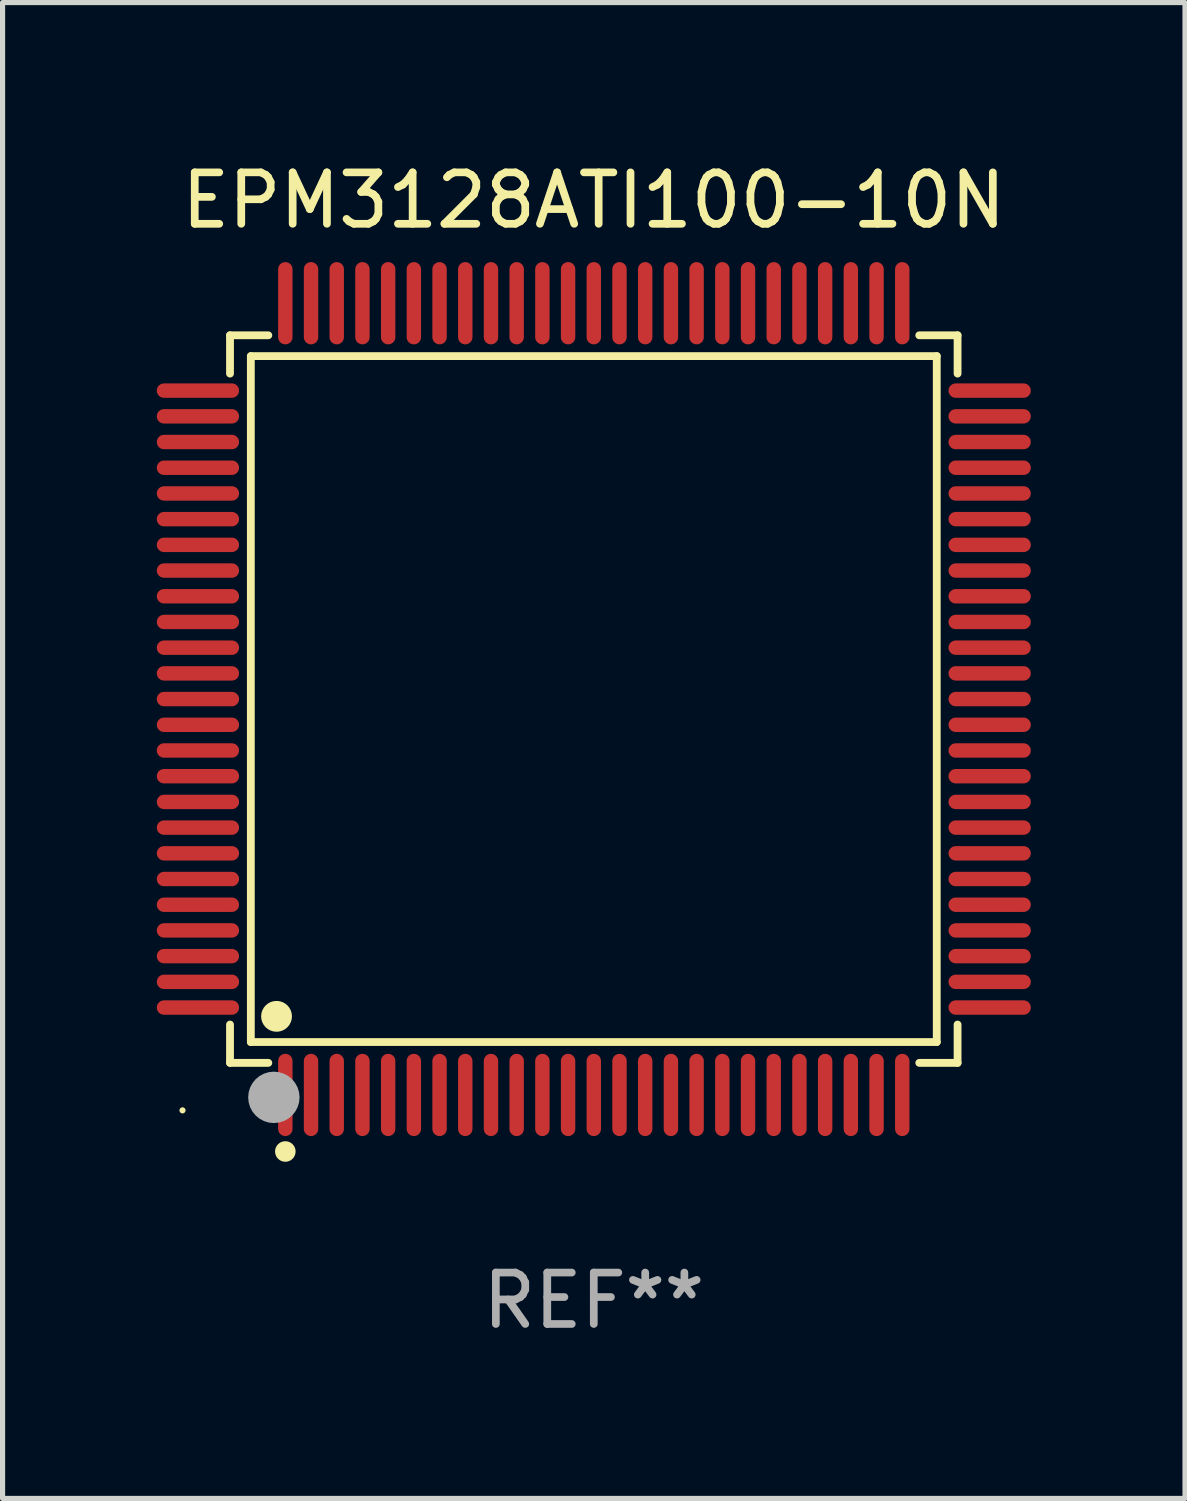
<source format=kicad_pcb>
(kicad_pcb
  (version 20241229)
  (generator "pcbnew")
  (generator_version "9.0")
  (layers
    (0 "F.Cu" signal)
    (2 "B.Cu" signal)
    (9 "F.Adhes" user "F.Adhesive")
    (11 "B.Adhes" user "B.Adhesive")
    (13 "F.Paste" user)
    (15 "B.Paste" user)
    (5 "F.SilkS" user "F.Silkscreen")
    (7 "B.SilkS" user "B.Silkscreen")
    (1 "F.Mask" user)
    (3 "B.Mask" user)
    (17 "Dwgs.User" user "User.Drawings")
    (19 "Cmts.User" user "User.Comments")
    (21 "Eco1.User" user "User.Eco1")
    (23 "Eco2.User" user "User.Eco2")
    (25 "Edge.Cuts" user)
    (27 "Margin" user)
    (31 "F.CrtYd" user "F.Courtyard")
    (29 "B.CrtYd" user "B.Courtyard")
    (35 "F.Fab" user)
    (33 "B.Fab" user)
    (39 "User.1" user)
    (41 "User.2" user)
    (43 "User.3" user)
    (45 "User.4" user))
  (footprint "EPM3128ATI100-10N"
    (layer "F.Cu")
    (at 8.5 10.548)
    (property "Reference" "EPM3128ATI100-10N" (at 0 -9.7 0) (layer "F.SilkS") (effects (font (size 1 1) (thickness 0.15))))
    (attr through_hole)
    (fp_line (start -7.076 -7.076) (end -6.331 -7.076) (stroke (width 0.152) (type solid)) (layer "F.SilkS"))
    (fp_line (start -7.076 -6.331) (end -7.076 -7.076) (stroke (width 0.152) (type solid)) (layer "F.SilkS"))
    (fp_line (start -7.076 6.331) (end -7.076 7.076) (stroke (width 0.152) (type solid)) (layer "F.SilkS"))
    (fp_line (start -7.076 7.076) (end -6.331 7.076) (stroke (width 0.152) (type solid)) (layer "F.SilkS"))
    (fp_line (start -6.671 -6.671) (end 6.671 -6.671) (stroke (width 0.152) (type solid)) (layer "F.SilkS"))
    (fp_line (start -6.671 6.671) (end -6.671 -6.671) (stroke (width 0.152) (type solid)) (layer "F.SilkS"))
    (fp_line (start 6.671 -6.671) (end 6.671 6.671) (stroke (width 0.152) (type solid)) (layer "F.SilkS"))
    (fp_line (start 6.671 6.671) (end -6.671 6.671) (stroke (width 0.152) (type solid)) (layer "F.SilkS"))
    (fp_line (start 7.076 -7.076) (end 6.331 -7.076) (stroke (width 0.152) (type solid)) (layer "F.SilkS"))
    (fp_line (start 7.076 -6.331) (end 7.076 -7.076) (stroke (width 0.152) (type solid)) (layer "F.SilkS"))
    (fp_line (start 7.076 6.331) (end 7.076 7.076) (stroke (width 0.152) (type solid)) (layer "F.SilkS"))
    (fp_line (start 7.076 7.076) (end 6.331 7.076) (stroke (width 0.152) (type solid)) (layer "F.SilkS"))
    (fp_circle (center -8 8) (end -7.97 8) (stroke (width 0.06) (type solid)) (fill no) (layer "F.SilkS"))
    (fp_circle (center -6.171 6.171) (end -6.021 6.171) (stroke (width 0.3) (type solid)) (fill no) (layer "F.SilkS"))
    (fp_circle (center -6 8.8) (end -5.9 8.8) (stroke (width 0.2) (type solid)) (fill no) (layer "F.SilkS"))
    (fp_circle (center -6.223 7.747) (end -5.973 7.747) (stroke (width 0.5) (type solid)) (fill no) (layer "F.Fab"))
    (fp_text user "REF**" (at 0 11.7 0) (layer "F.Fab") (effects (font (size 1 1) (thickness 0.15))))
    (pad "1" smd oval (at -6 7.7) (size 0.28 1.6) (layers "F.Cu" "F.Mask" "F.Paste"))
    (pad "2" smd oval (at -5.5 7.7) (size 0.28 1.6) (layers "F.Cu" "F.Mask" "F.Paste"))
    (pad "3" smd oval (at -5 7.7) (size 0.28 1.6) (layers "F.Cu" "F.Mask" "F.Paste"))
    (pad "4" smd oval (at -4.5 7.7) (size 0.28 1.6) (layers "F.Cu" "F.Mask" "F.Paste"))
    (pad "5" smd oval (at -4 7.7) (size 0.28 1.6) (layers "F.Cu" "F.Mask" "F.Paste"))
    (pad "6" smd oval (at -3.5 7.7) (size 0.28 1.6) (layers "F.Cu" "F.Mask" "F.Paste"))
    (pad "7" smd oval (at -3 7.7) (size 0.28 1.6) (layers "F.Cu" "F.Mask" "F.Paste"))
    (pad "8" smd oval (at -2.5 7.7) (size 0.28 1.6) (layers "F.Cu" "F.Mask" "F.Paste"))
    (pad "9" smd oval (at -2 7.7) (size 0.28 1.6) (layers "F.Cu" "F.Mask" "F.Paste"))
    (pad "10" smd oval (at -1.5 7.7) (size 0.28 1.6) (layers "F.Cu" "F.Mask" "F.Paste"))
    (pad "11" smd oval (at -1 7.7) (size 0.28 1.6) (layers "F.Cu" "F.Mask" "F.Paste"))
    (pad "12" smd oval (at -0.5 7.7) (size 0.28 1.6) (layers "F.Cu" "F.Mask" "F.Paste"))
    (pad "13" smd oval (at 0 7.7) (size 0.28 1.6) (layers "F.Cu" "F.Mask" "F.Paste"))
    (pad "14" smd oval (at 0.5 7.7) (size 0.28 1.6) (layers "F.Cu" "F.Mask" "F.Paste"))
    (pad "15" smd oval (at 1 7.7) (size 0.28 1.6) (layers "F.Cu" "F.Mask" "F.Paste"))
    (pad "16" smd oval (at 1.5 7.7) (size 0.28 1.6) (layers "F.Cu" "F.Mask" "F.Paste"))
    (pad "17" smd oval (at 2 7.7) (size 0.28 1.6) (layers "F.Cu" "F.Mask" "F.Paste"))
    (pad "18" smd oval (at 2.5 7.7) (size 0.28 1.6) (layers "F.Cu" "F.Mask" "F.Paste"))
    (pad "19" smd oval (at 3 7.7) (size 0.28 1.6) (layers "F.Cu" "F.Mask" "F.Paste"))
    (pad "20" smd oval (at 3.5 7.7) (size 0.28 1.6) (layers "F.Cu" "F.Mask" "F.Paste"))
    (pad "21" smd oval (at 4 7.7) (size 0.28 1.6) (layers "F.Cu" "F.Mask" "F.Paste"))
    (pad "22" smd oval (at 4.5 7.7) (size 0.28 1.6) (layers "F.Cu" "F.Mask" "F.Paste"))
    (pad "23" smd oval (at 5 7.7) (size 0.28 1.6) (layers "F.Cu" "F.Mask" "F.Paste"))
    (pad "24" smd oval (at 5.5 7.7) (size 0.28 1.6) (layers "F.Cu" "F.Mask" "F.Paste"))
    (pad "25" smd oval (at 6 7.7) (size 0.28 1.6) (layers "F.Cu" "F.Mask" "F.Paste"))
    (pad "26" smd oval (at 7.7 6) (size 1.6 0.28) (layers "F.Cu" "F.Mask" "F.Paste"))
    (pad "27" smd oval (at 7.7 5.5) (size 1.6 0.28) (layers "F.Cu" "F.Mask" "F.Paste"))
    (pad "28" smd oval (at 7.7 5) (size 1.6 0.28) (layers "F.Cu" "F.Mask" "F.Paste"))
    (pad "29" smd oval (at 7.7 4.5) (size 1.6 0.28) (layers "F.Cu" "F.Mask" "F.Paste"))
    (pad "30" smd oval (at 7.7 4) (size 1.6 0.28) (layers "F.Cu" "F.Mask" "F.Paste"))
    (pad "31" smd oval (at 7.7 3.5) (size 1.6 0.28) (layers "F.Cu" "F.Mask" "F.Paste"))
    (pad "32" smd oval (at 7.7 3) (size 1.6 0.28) (layers "F.Cu" "F.Mask" "F.Paste"))
    (pad "33" smd oval (at 7.7 2.5) (size 1.6 0.28) (layers "F.Cu" "F.Mask" "F.Paste"))
    (pad "34" smd oval (at 7.7 2) (size 1.6 0.28) (layers "F.Cu" "F.Mask" "F.Paste"))
    (pad "35" smd oval (at 7.7 1.5) (size 1.6 0.28) (layers "F.Cu" "F.Mask" "F.Paste"))
    (pad "36" smd oval (at 7.7 1) (size 1.6 0.28) (layers "F.Cu" "F.Mask" "F.Paste"))
    (pad "37" smd oval (at 7.7 0.5) (size 1.6 0.28) (layers "F.Cu" "F.Mask" "F.Paste"))
    (pad "38" smd oval (at 7.7 0) (size 1.6 0.28) (layers "F.Cu" "F.Mask" "F.Paste"))
    (pad "39" smd oval (at 7.7 -0.5) (size 1.6 0.28) (layers "F.Cu" "F.Mask" "F.Paste"))
    (pad "40" smd oval (at 7.7 -1) (size 1.6 0.28) (layers "F.Cu" "F.Mask" "F.Paste"))
    (pad "41" smd oval (at 7.7 -1.5) (size 1.6 0.28) (layers "F.Cu" "F.Mask" "F.Paste"))
    (pad "42" smd oval (at 7.7 -2) (size 1.6 0.28) (layers "F.Cu" "F.Mask" "F.Paste"))
    (pad "43" smd oval (at 7.7 -2.5) (size 1.6 0.28) (layers "F.Cu" "F.Mask" "F.Paste"))
    (pad "44" smd oval (at 7.7 -3) (size 1.6 0.28) (layers "F.Cu" "F.Mask" "F.Paste"))
    (pad "45" smd oval (at 7.7 -3.5) (size 1.6 0.28) (layers "F.Cu" "F.Mask" "F.Paste"))
    (pad "46" smd oval (at 7.7 -4) (size 1.6 0.28) (layers "F.Cu" "F.Mask" "F.Paste"))
    (pad "47" smd oval (at 7.7 -4.5) (size 1.6 0.28) (layers "F.Cu" "F.Mask" "F.Paste"))
    (pad "48" smd oval (at 7.7 -5) (size 1.6 0.28) (layers "F.Cu" "F.Mask" "F.Paste"))
    (pad "49" smd oval (at 7.7 -5.5) (size 1.6 0.28) (layers "F.Cu" "F.Mask" "F.Paste"))
    (pad "50" smd oval (at 7.7 -6) (size 1.6 0.28) (layers "F.Cu" "F.Mask" "F.Paste"))
    (pad "51" smd oval (at 6 -7.7) (size 0.28 1.6) (layers "F.Cu" "F.Mask" "F.Paste"))
    (pad "52" smd oval (at 5.5 -7.7) (size 0.28 1.6) (layers "F.Cu" "F.Mask" "F.Paste"))
    (pad "53" smd oval (at 5 -7.7) (size 0.28 1.6) (layers "F.Cu" "F.Mask" "F.Paste"))
    (pad "54" smd oval (at 4.5 -7.7) (size 0.28 1.6) (layers "F.Cu" "F.Mask" "F.Paste"))
    (pad "55" smd oval (at 4 -7.7) (size 0.28 1.6) (layers "F.Cu" "F.Mask" "F.Paste"))
    (pad "56" smd oval (at 3.5 -7.7) (size 0.28 1.6) (layers "F.Cu" "F.Mask" "F.Paste"))
    (pad "57" smd oval (at 3 -7.7) (size 0.28 1.6) (layers "F.Cu" "F.Mask" "F.Paste"))
    (pad "58" smd oval (at 2.5 -7.7) (size 0.28 1.6) (layers "F.Cu" "F.Mask" "F.Paste"))
    (pad "59" smd oval (at 2 -7.7) (size 0.28 1.6) (layers "F.Cu" "F.Mask" "F.Paste"))
    (pad "60" smd oval (at 1.5 -7.7) (size 0.28 1.6) (layers "F.Cu" "F.Mask" "F.Paste"))
    (pad "61" smd oval (at 1 -7.7) (size 0.28 1.6) (layers "F.Cu" "F.Mask" "F.Paste"))
    (pad "62" smd oval (at 0.5 -7.7) (size 0.28 1.6) (layers "F.Cu" "F.Mask" "F.Paste"))
    (pad "63" smd oval (at 0 -7.7) (size 0.28 1.6) (layers "F.Cu" "F.Mask" "F.Paste"))
    (pad "64" smd oval (at -0.5 -7.7) (size 0.28 1.6) (layers "F.Cu" "F.Mask" "F.Paste"))
    (pad "65" smd oval (at -1 -7.7) (size 0.28 1.6) (layers "F.Cu" "F.Mask" "F.Paste"))
    (pad "66" smd oval (at -1.5 -7.7) (size 0.28 1.6) (layers "F.Cu" "F.Mask" "F.Paste"))
    (pad "67" smd oval (at -2 -7.7) (size 0.28 1.6) (layers "F.Cu" "F.Mask" "F.Paste"))
    (pad "68" smd oval (at -2.5 -7.7) (size 0.28 1.6) (layers "F.Cu" "F.Mask" "F.Paste"))
    (pad "69" smd oval (at -3 -7.7) (size 0.28 1.6) (layers "F.Cu" "F.Mask" "F.Paste"))
    (pad "70" smd oval (at -3.5 -7.7) (size 0.28 1.6) (layers "F.Cu" "F.Mask" "F.Paste"))
    (pad "71" smd oval (at -4 -7.7) (size 0.28 1.6) (layers "F.Cu" "F.Mask" "F.Paste"))
    (pad "72" smd oval (at -4.5 -7.7) (size 0.28 1.6) (layers "F.Cu" "F.Mask" "F.Paste"))
    (pad "73" smd oval (at -5 -7.7) (size 0.28 1.6) (layers "F.Cu" "F.Mask" "F.Paste"))
    (pad "74" smd oval (at -5.5 -7.7) (size 0.28 1.6) (layers "F.Cu" "F.Mask" "F.Paste"))
    (pad "75" smd oval (at -6 -7.7) (size 0.28 1.6) (layers "F.Cu" "F.Mask" "F.Paste"))
    (pad "76" smd oval (at -7.7 -6) (size 1.6 0.28) (layers "F.Cu" "F.Mask" "F.Paste"))
    (pad "77" smd oval (at -7.7 -5.5) (size 1.6 0.28) (layers "F.Cu" "F.Mask" "F.Paste"))
    (pad "78" smd oval (at -7.7 -5) (size 1.6 0.28) (layers "F.Cu" "F.Mask" "F.Paste"))
    (pad "79" smd oval (at -7.7 -4.5) (size 1.6 0.28) (layers "F.Cu" "F.Mask" "F.Paste"))
    (pad "80" smd oval (at -7.7 -4) (size 1.6 0.28) (layers "F.Cu" "F.Mask" "F.Paste"))
    (pad "81" smd oval (at -7.7 -3.5) (size 1.6 0.28) (layers "F.Cu" "F.Mask" "F.Paste"))
    (pad "82" smd oval (at -7.7 -3) (size 1.6 0.28) (layers "F.Cu" "F.Mask" "F.Paste"))
    (pad "83" smd oval (at -7.7 -2.5) (size 1.6 0.28) (layers "F.Cu" "F.Mask" "F.Paste"))
    (pad "84" smd oval (at -7.7 -2) (size 1.6 0.28) (layers "F.Cu" "F.Mask" "F.Paste"))
    (pad "85" smd oval (at -7.7 -1.5) (size 1.6 0.28) (layers "F.Cu" "F.Mask" "F.Paste"))
    (pad "86" smd oval (at -7.7 -1) (size 1.6 0.28) (layers "F.Cu" "F.Mask" "F.Paste"))
    (pad "87" smd oval (at -7.7 -0.5) (size 1.6 0.28) (layers "F.Cu" "F.Mask" "F.Paste"))
    (pad "88" smd oval (at -7.7 0) (size 1.6 0.28) (layers "F.Cu" "F.Mask" "F.Paste"))
    (pad "89" smd oval (at -7.7 0.5) (size 1.6 0.28) (layers "F.Cu" "F.Mask" "F.Paste"))
    (pad "90" smd oval (at -7.7 1) (size 1.6 0.28) (layers "F.Cu" "F.Mask" "F.Paste"))
    (pad "91" smd oval (at -7.7 1.5) (size 1.6 0.28) (layers "F.Cu" "F.Mask" "F.Paste"))
    (pad "92" smd oval (at -7.7 2) (size 1.6 0.28) (layers "F.Cu" "F.Mask" "F.Paste"))
    (pad "93" smd oval (at -7.7 2.5) (size 1.6 0.28) (layers "F.Cu" "F.Mask" "F.Paste"))
    (pad "94" smd oval (at -7.7 3) (size 1.6 0.28) (layers "F.Cu" "F.Mask" "F.Paste"))
    (pad "95" smd oval (at -7.7 3.5) (size 1.6 0.28) (layers "F.Cu" "F.Mask" "F.Paste"))
    (pad "96" smd oval (at -7.7 4) (size 1.6 0.28) (layers "F.Cu" "F.Mask" "F.Paste"))
    (pad "97" smd oval (at -7.7 4.5) (size 1.6 0.28) (layers "F.Cu" "F.Mask" "F.Paste"))
    (pad "98" smd oval (at -7.7 5) (size 1.6 0.28) (layers "F.Cu" "F.Mask" "F.Paste"))
    (pad "99" smd oval (at -7.7 5.5) (size 1.6 0.28) (layers "F.Cu" "F.Mask" "F.Paste"))
    (pad "100" smd oval (at -7.7 6) (size 1.6 0.28) (layers "F.Cu" "F.Mask" "F.Paste")))
  (gr_rect
    (start -3 -3)
    (end 20 26.097)
    (stroke (width 0.1) (type default))
    (fill no)
    (layer "Edge.Cuts")))
</source>
